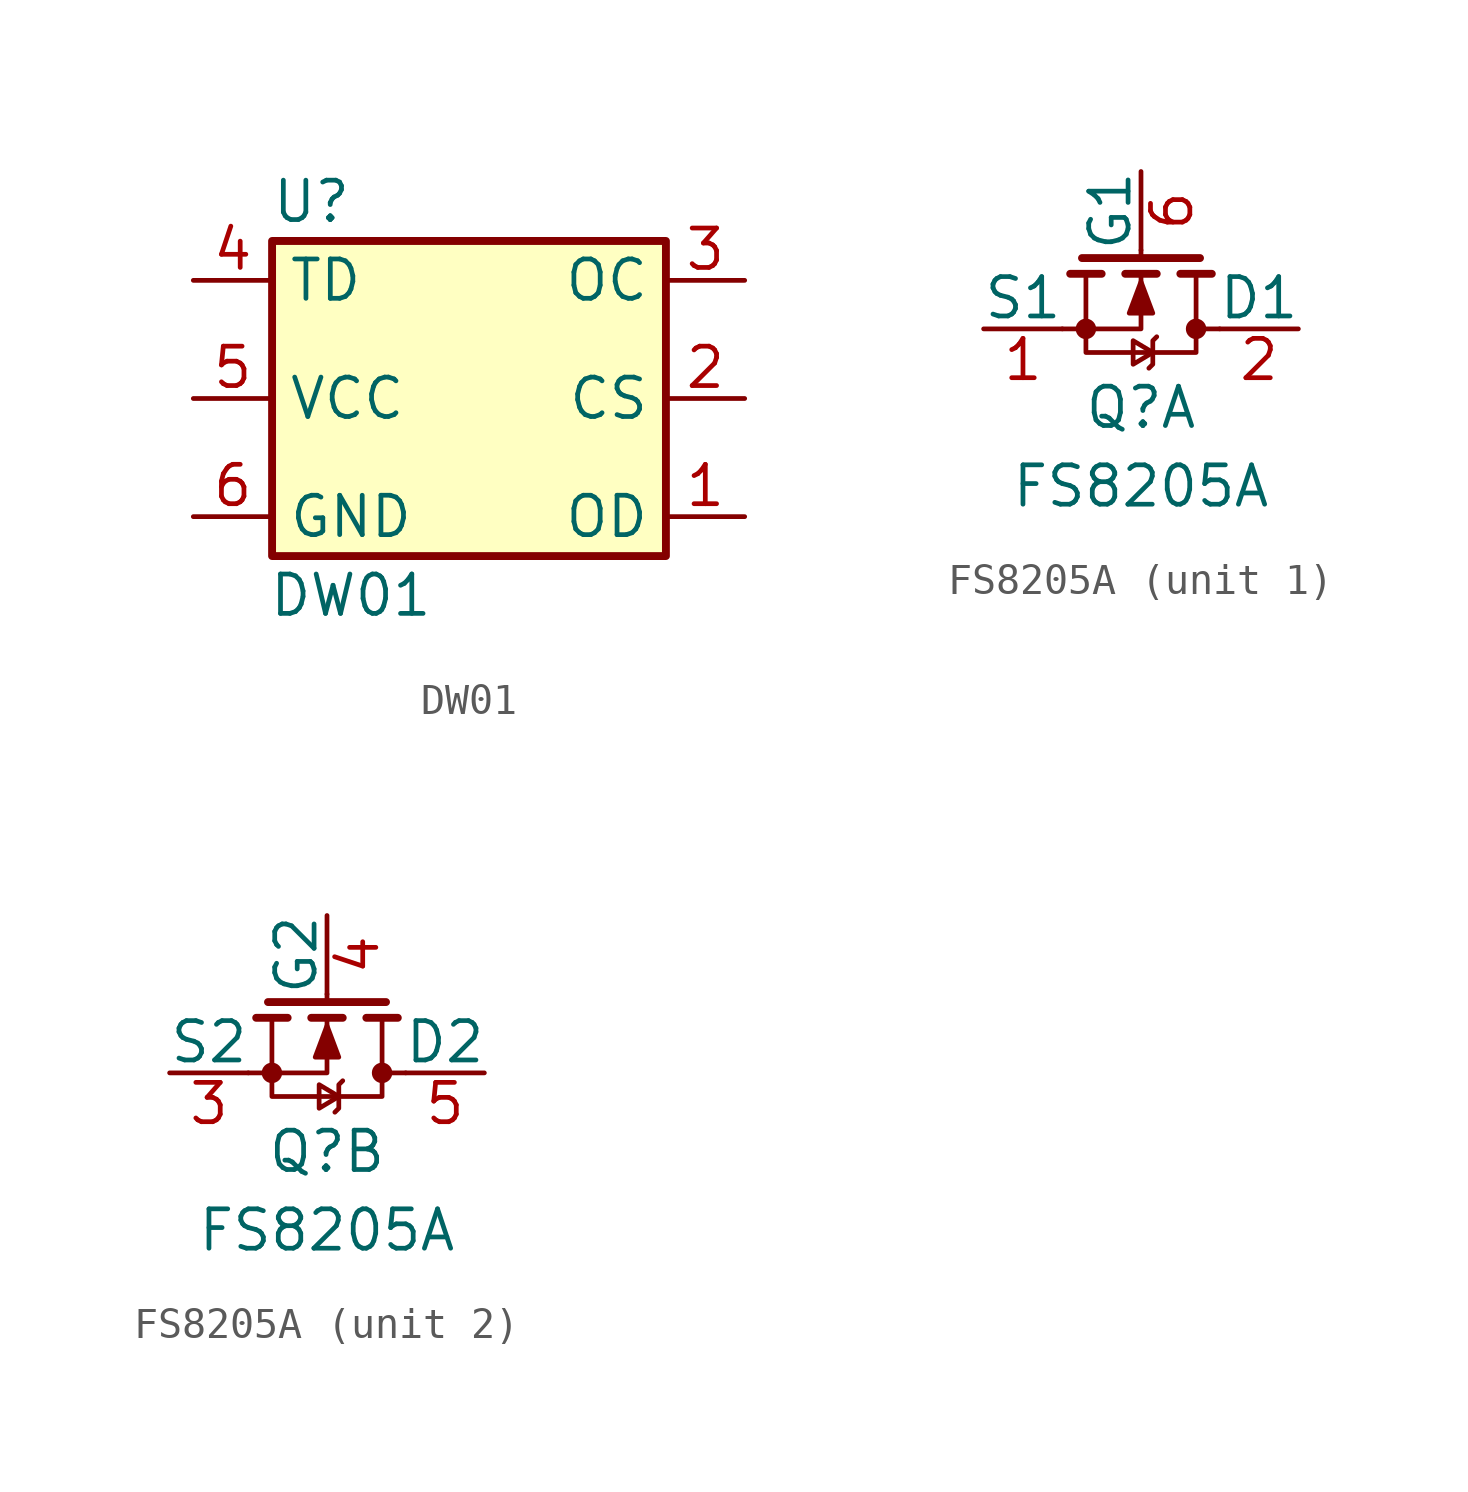
<source format=kicad_sym>
(kicad_symbol_lib
  (version 20220914)
  (generator kicad_symbol_editor)
  (symbol "DW01"
    (property "Reference" "U"
      (at -5.08 6.35 0)
      (effects (font (size 1.27 1.27))))
    (property "Value" "DW01"
      (at -3.81 -6.35 0)
      (effects (font (size 1.27 1.27))))
    (symbol "DW01_0_1"
      (rectangle (start -6.35 5.08) (end 6.35 -5.08) (stroke (width 0.254) (type default)) (fill (type background))))
    (symbol "DW01_1_1"
      (pin output line (at 8.89 -3.81 180) (length 2.54) (name "OD" (effects (font (size 1.27 1.27)))) (number "1" (effects (font (size 1.27 1.27)))))
      (pin input line (at 8.89 0 180) (length 2.54) (name "CS" (effects (font (size 1.27 1.27)))) (number "2" (effects (font (size 1.27 1.27)))))
      (pin output line (at 8.89 3.81 180) (length 2.54) (name "OC" (effects (font (size 1.27 1.27)))) (number "3" (effects (font (size 1.27 1.27)))))
      (pin output line (at -8.89 3.81 0) (length 2.54) (name "TD" (effects (font (size 1.27 1.27)))) (number "4" (effects (font (size 1.27 1.27)))))
      (pin power_in line (at -8.89 0 0) (length 2.54) (name "VCC" (effects (font (size 1.27 1.27)))) (number "5" (effects (font (size 1.27 1.27)))))
      (pin power_in line (at -8.89 -3.81 0) (length 2.54) (name "GND" (effects (font (size 1.27 1.27)))) (number "6" (effects (font (size 1.27 1.27)))))))
  (symbol "FS8205A"
    (pin_names
      (offset 0))
    (property "Reference" "Q"
      (at 0 -2.54 0)
      (effects (font (size 1.27 1.27))))
    (property "Value" "FS8205A"
      (at 0 -5.08 0)
      (effects (font (size 1.27 1.27))))
    (symbol "FS8205A_0_1"
      (circle (center -1.778 0) (radius 0.254) (stroke (width 0) (type default)) (fill (type outline)))
      (polyline (pts (xy -1.27 1.778) (xy -2.286 1.778)) (stroke (width 0.254) (type default)) (fill (type none)))
      (polyline (pts (xy 0 2.286) (xy 0 2.54)) (stroke (width 0) (type default)) (fill (type none)))
      (polyline (pts (xy 0.508 1.778) (xy -0.508 1.778)) (stroke (width 0.254) (type default)) (fill (type none)))
      (polyline (pts (xy 1.905 2.286) (xy -1.905 2.286)) (stroke (width 0.254) (type default)) (fill (type none)))
      (polyline (pts (xy 2.286 1.778) (xy 1.27 1.778)) (stroke (width 0.254) (type default)) (fill (type none)))
      (polyline (pts (xy 2.54 0) (xy 1.778 0)) (stroke (width 0) (type default)) (fill (type none)))
      (polyline (pts (xy -2.54 0) (xy 0 0) (xy 0 1.778)) (stroke (width 0) (type default)) (fill (type none)))
      (polyline (pts (xy -1.778 1.778) (xy -1.778 -0.762) (xy 1.778 -0.762) (xy 1.778 1.778)) (stroke (width 0) (type default)) (fill (type none)))
      (polyline (pts (xy 0 1.524) (xy 0.381 0.508) (xy -0.381 0.508) (xy 0 1.524)) (stroke (width 0) (type default)) (fill (type outline)))
      (polyline (pts (xy 0.381 -0.762) (xy -0.254 -0.381) (xy -0.254 -1.143) (xy 0.381 -0.762)) (stroke (width 0) (type default)) (fill (type none)))
      (polyline (pts (xy 0.508 -0.254) (xy 0.381 -0.381) (xy 0.381 -1.143) (xy 0.254 -1.27)) (stroke (width 0) (type default)) (fill (type none)))
      (circle (center 1.778 0) (radius 0.254) (stroke (width 0) (type default)) (fill (type outline))))
    (symbol "FS8205A_1_1"
      (pin passive line (at -5.08 0 0) (length 2.54) (name "S1" (effects (font (size 1.27 1.27)))) (number "1" (effects (font (size 1.27 1.27)))))
      (pin passive line (at 5.08 0 180) (length 2.54) (name "D1" (effects (font (size 1.27 1.27)))) (number "2" (effects (font (size 1.27 1.27)))))
      (pin input line (at 0 5.08 270) (length 2.54) (name "G1" (effects (font (size 1.27 1.27)))) (number "6" (effects (font (size 1.27 1.27))))))
    (symbol "FS8205A_2_1"
      (pin passive line (at -5.08 0 0) (length 2.54) (name "S2" (effects (font (size 1.27 1.27)))) (number "3" (effects (font (size 1.27 1.27)))))
      (pin input line (at 0 5.08 270) (length 2.54) (name "G2" (effects (font (size 1.27 1.27)))) (number "4" (effects (font (size 1.27 1.27)))))
      (pin passive line (at 5.08 0 180) (length 2.54) (name "D2" (effects (font (size 1.27 1.27)))) (number "5" (effects (font (size 1.27 1.27))))))))
</source>
